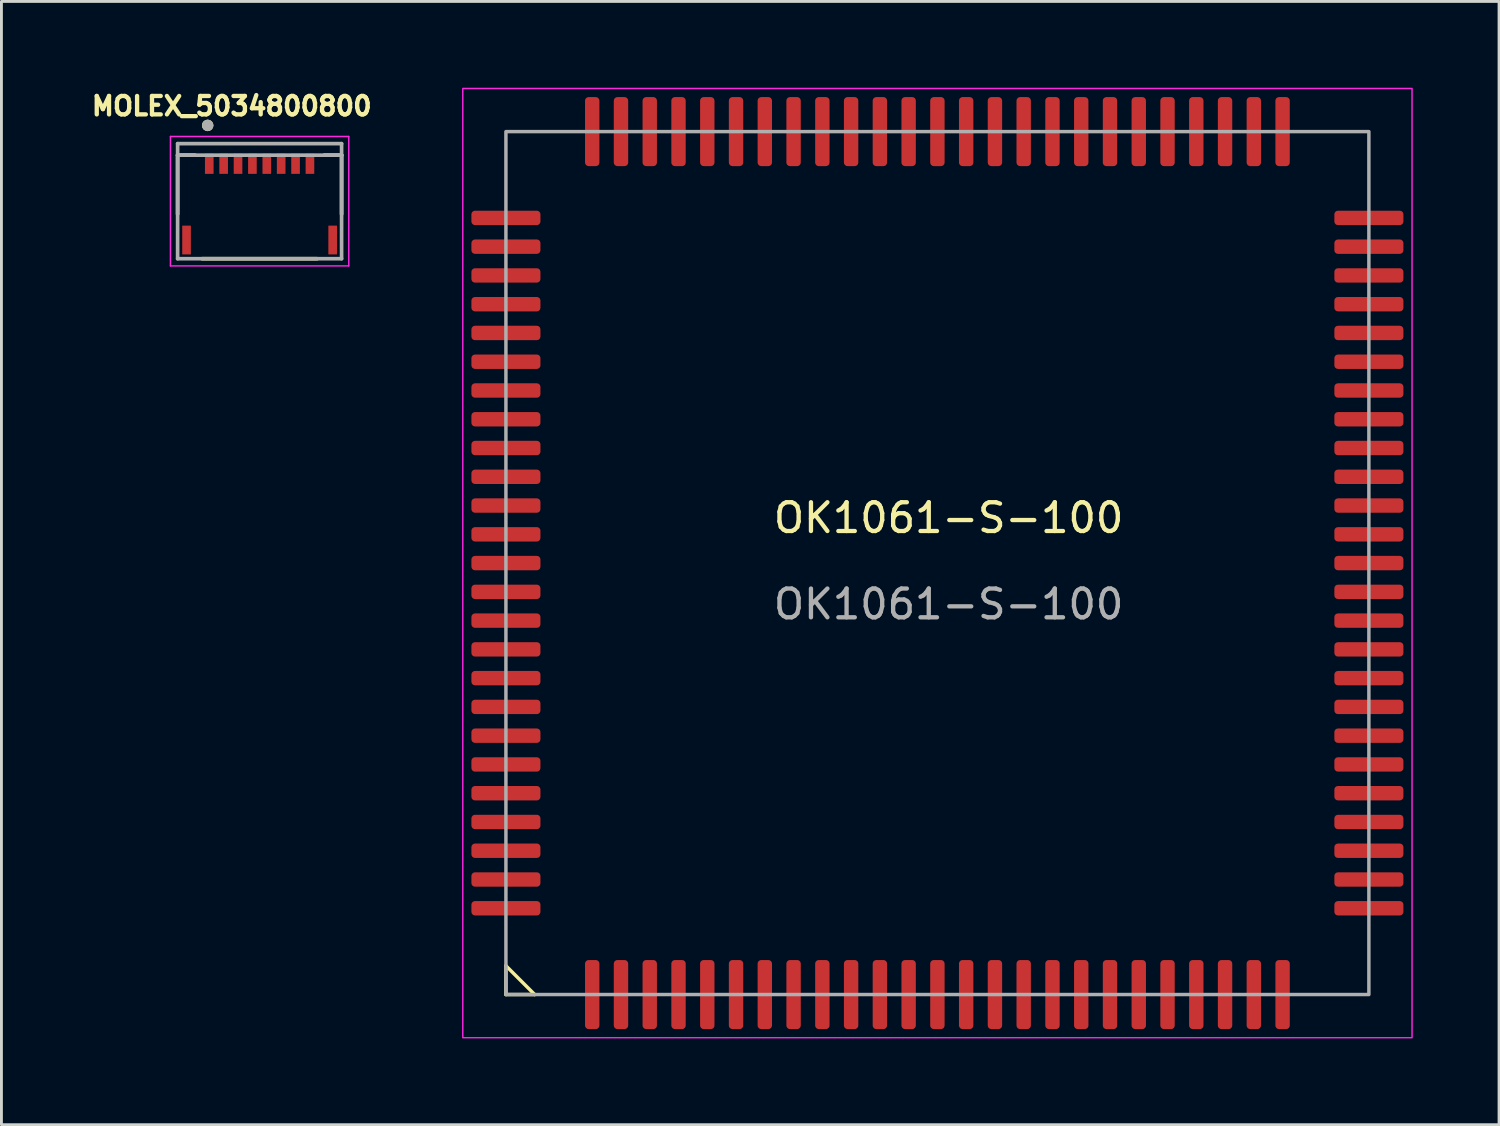
<source format=kicad_pcb>
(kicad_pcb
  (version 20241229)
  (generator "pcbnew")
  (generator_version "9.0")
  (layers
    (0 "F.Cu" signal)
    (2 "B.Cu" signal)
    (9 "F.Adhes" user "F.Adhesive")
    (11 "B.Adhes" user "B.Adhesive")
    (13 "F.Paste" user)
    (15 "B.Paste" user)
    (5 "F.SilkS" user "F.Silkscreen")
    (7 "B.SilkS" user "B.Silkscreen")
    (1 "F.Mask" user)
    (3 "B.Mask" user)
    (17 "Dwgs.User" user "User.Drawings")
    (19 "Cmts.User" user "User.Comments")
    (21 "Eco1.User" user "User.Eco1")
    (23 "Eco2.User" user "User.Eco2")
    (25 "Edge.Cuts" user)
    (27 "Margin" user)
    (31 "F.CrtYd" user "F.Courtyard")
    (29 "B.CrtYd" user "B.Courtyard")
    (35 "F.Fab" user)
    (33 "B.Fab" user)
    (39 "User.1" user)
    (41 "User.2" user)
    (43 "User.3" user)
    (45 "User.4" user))
  (footprint "MOLEX_5034800800"
    (layer "F.Cu")
    (at 5.975 2.644)
    (property "Reference" "MOLEX_5034800800" (at -0.968 -2.006 0) (layer "F.SilkS") (effects (font (size 0.64 0.64) (thickness 0.15))))
    (attr smd)
    (fp_line (start -2.85 -0.3) (end -2.85 1.75) (stroke (width 0.127) (type solid)) (layer "F.SilkS"))
    (fp_line (start -2.25 -0.3) (end -2.85 -0.3) (stroke (width 0.127) (type solid)) (layer "F.SilkS"))
    (fp_line (start -2 3.3) (end 2 3.3) (stroke (width 0.127) (type solid)) (layer "F.SilkS"))
    (fp_line (start 2.25 -0.3) (end 2.85 -0.3) (stroke (width 0.127) (type solid)) (layer "F.SilkS"))
    (fp_line (start 2.85 -0.3) (end 2.85 1.75) (stroke (width 0.127) (type solid)) (layer "F.SilkS"))
    (fp_circle (center -1.805 -1.335) (end -1.705 -1.335) (stroke (width 0.2) (type solid)) (fill no) (layer "F.SilkS"))
    (fp_line (start -3.1 -0.95) (end 3.1 -0.95) (stroke (width 0.05) (type solid)) (layer "F.CrtYd"))
    (fp_line (start -3.1 3.55) (end -3.1 -0.95) (stroke (width 0.05) (type solid)) (layer "F.CrtYd"))
    (fp_line (start 3.1 -0.95) (end 3.1 3.55) (stroke (width 0.05) (type solid)) (layer "F.CrtYd"))
    (fp_line (start 3.1 3.55) (end -3.1 3.55) (stroke (width 0.05) (type solid)) (layer "F.CrtYd"))
    (fp_line (start -2.85 -0.7) (end 2.85 -0.7) (stroke (width 0.127) (type solid)) (layer "F.Fab"))
    (fp_line (start -2.85 -0.3) (end -2.85 -0.7) (stroke (width 0.127) (type solid)) (layer "F.Fab"))
    (fp_line (start -2.85 -0.3) (end 2.85 -0.3) (stroke (width 0.127) (type solid)) (layer "F.Fab"))
    (fp_line (start -2.85 3.3) (end -2.85 -0.3) (stroke (width 0.127) (type solid)) (layer "F.Fab"))
    (fp_line (start 2.85 -0.7) (end 2.85 -0.3) (stroke (width 0.127) (type solid)) (layer "F.Fab"))
    (fp_line (start 2.85 -0.3) (end 2.85 3.3) (stroke (width 0.127) (type solid)) (layer "F.Fab"))
    (fp_line (start 2.85 3.3) (end -2.85 3.3) (stroke (width 0.127) (type solid)) (layer "F.Fab"))
    (fp_circle (center -1.805 -1.335) (end -1.705 -1.335) (stroke (width 0.2) (type solid)) (fill no) (layer "F.Fab"))
    (pad "1" smd rect (at -1.75 0) (size 0.3 0.7) (layers "F.Cu" "F.Mask" "F.Paste"))
    (pad "2" smd rect (at -1.25 0) (size 0.3 0.7) (layers "F.Cu" "F.Mask" "F.Paste"))
    (pad "3" smd rect (at -0.75 0) (size 0.3 0.7) (layers "F.Cu" "F.Mask" "F.Paste"))
    (pad "4" smd rect (at -0.25 0) (size 0.3 0.7) (layers "F.Cu" "F.Mask" "F.Paste"))
    (pad "5" smd rect (at 0.25 0) (size 0.3 0.7) (layers "F.Cu" "F.Mask" "F.Paste"))
    (pad "6" smd rect (at 0.75 0) (size 0.3 0.7) (layers "F.Cu" "F.Mask" "F.Paste"))
    (pad "7" smd rect (at 1.25 0) (size 0.3 0.7) (layers "F.Cu" "F.Mask" "F.Paste"))
    (pad "8" smd rect (at 1.75 0) (size 0.3 0.7) (layers "F.Cu" "F.Mask" "F.Paste"))
    (pad "S1" smd rect (at -2.54 2.65) (size 0.3 1) (layers "F.Cu" "F.Mask" "F.Paste"))
    (pad "S2" smd rect (at 2.54 2.65) (size 0.3 1) (layers "F.Cu" "F.Mask" "F.Paste")))
  (footprint "OK1061-S-100"
    (layer "F.Cu")
    (at 29.538 16.525)
    (property "Reference" "OK1061-S-100" (at 0.39 -1.57 0) (unlocked yes) (layer "F.SilkS") (effects (font (size 1 1) (thickness 0.15))))
    (attr smd)
    (fp_line (start -15 14) (end -14 15) (stroke (width 0.12) (type solid)) (layer "F.SilkS"))
    (fp_line (start -15 15) (end -15 14) (stroke (width 0.12) (type solid)) (layer "F.SilkS"))
    (fp_line (start -14 15) (end -15 15) (stroke (width 0.12) (type solid)) (layer "F.SilkS"))
    (fp_rect (start -16.5 -16.5) (end 16.5 16.5) (stroke (width 0.05) (type solid)) (fill no) (layer "F.CrtYd"))
    (fp_rect (start -15 -15) (end 15 15) (stroke (width 0.12) (type solid)) (fill no) (layer "F.Fab"))
    (fp_text user "${REFERENCE}" (at 0.39 1.43 0) (unlocked yes) (layer "F.Fab") (effects (font (size 1 1) (thickness 0.15))))
    (pad "1" smd roundrect (at -12 15) (size 0.5 2.4) (layers "F.Cu" "F.Mask" "F.Paste") (roundrect_rratio 0.25))
    (pad "2" smd roundrect (at -11 15) (size 0.5 2.4) (layers "F.Cu" "F.Mask" "F.Paste") (roundrect_rratio 0.25))
    (pad "3" smd roundrect (at -10 15) (size 0.5 2.4) (layers "F.Cu" "F.Mask" "F.Paste") (roundrect_rratio 0.25))
    (pad "4" smd roundrect (at -9 15) (size 0.5 2.4) (layers "F.Cu" "F.Mask" "F.Paste") (roundrect_rratio 0.25))
    (pad "5" smd roundrect (at -8 15) (size 0.5 2.4) (layers "F.Cu" "F.Mask" "F.Paste") (roundrect_rratio 0.25))
    (pad "6" smd roundrect (at -7 15) (size 0.5 2.4) (layers "F.Cu" "F.Mask" "F.Paste") (roundrect_rratio 0.25))
    (pad "7" smd roundrect (at -6 15) (size 0.5 2.4) (layers "F.Cu" "F.Mask" "F.Paste") (roundrect_rratio 0.25))
    (pad "8" smd roundrect (at -5 15) (size 0.5 2.4) (layers "F.Cu" "F.Mask" "F.Paste") (roundrect_rratio 0.25))
    (pad "9" smd roundrect (at -4 15) (size 0.5 2.4) (layers "F.Cu" "F.Mask" "F.Paste") (roundrect_rratio 0.25))
    (pad "10" smd roundrect (at -3 15) (size 0.5 2.4) (layers "F.Cu" "F.Mask" "F.Paste") (roundrect_rratio 0.25))
    (pad "11" smd roundrect (at -2 15) (size 0.5 2.4) (layers "F.Cu" "F.Mask" "F.Paste") (roundrect_rratio 0.25))
    (pad "12" smd roundrect (at -1 15) (size 0.5 2.4) (layers "F.Cu" "F.Mask" "F.Paste") (roundrect_rratio 0.25))
    (pad "13" smd roundrect (at 0 15) (size 0.5 2.4) (layers "F.Cu" "F.Mask" "F.Paste") (roundrect_rratio 0.25))
    (pad "14" smd roundrect (at 1 15) (size 0.5 2.4) (layers "F.Cu" "F.Mask" "F.Paste") (roundrect_rratio 0.25))
    (pad "15" smd roundrect (at 2 15) (size 0.5 2.4) (layers "F.Cu" "F.Mask" "F.Paste") (roundrect_rratio 0.25))
    (pad "16" smd roundrect (at 3 15) (size 0.5 2.4) (layers "F.Cu" "F.Mask" "F.Paste") (roundrect_rratio 0.25))
    (pad "17" smd roundrect (at 4 15) (size 0.5 2.4) (layers "F.Cu" "F.Mask" "F.Paste") (roundrect_rratio 0.25))
    (pad "18" smd roundrect (at 5 15) (size 0.5 2.4) (layers "F.Cu" "F.Mask" "F.Paste") (roundrect_rratio 0.25))
    (pad "19" smd roundrect (at 6 15) (size 0.5 2.4) (layers "F.Cu" "F.Mask" "F.Paste") (roundrect_rratio 0.25))
    (pad "20" smd roundrect (at 7 15) (size 0.5 2.4) (layers "F.Cu" "F.Mask" "F.Paste") (roundrect_rratio 0.25))
    (pad "21" smd roundrect (at 8 15) (size 0.5 2.4) (layers "F.Cu" "F.Mask" "F.Paste") (roundrect_rratio 0.25))
    (pad "22" smd roundrect (at 9 15) (size 0.5 2.4) (layers "F.Cu" "F.Mask" "F.Paste") (roundrect_rratio 0.25))
    (pad "23" smd roundrect (at 10 15) (size 0.5 2.4) (layers "F.Cu" "F.Mask" "F.Paste") (roundrect_rratio 0.25))
    (pad "24" smd roundrect (at 11 15) (size 0.5 2.4) (layers "F.Cu" "F.Mask" "F.Paste") (roundrect_rratio 0.25))
    (pad "25" smd roundrect (at 12 15) (size 0.5 2.4) (layers "F.Cu" "F.Mask" "F.Paste") (roundrect_rratio 0.25))
    (pad "26" smd roundrect (at 15 12 90) (size 0.5 2.4) (layers "F.Cu" "F.Mask" "F.Paste") (roundrect_rratio 0.25))
    (pad "27" smd roundrect (at 15 11 90) (size 0.5 2.4) (layers "F.Cu" "F.Mask" "F.Paste") (roundrect_rratio 0.25))
    (pad "28" smd roundrect (at 15 10 90) (size 0.5 2.4) (layers "F.Cu" "F.Mask" "F.Paste") (roundrect_rratio 0.25))
    (pad "29" smd roundrect (at 15 9 90) (size 0.5 2.4) (layers "F.Cu" "F.Mask" "F.Paste") (roundrect_rratio 0.25))
    (pad "30" smd roundrect (at 15 8 90) (size 0.5 2.4) (layers "F.Cu" "F.Mask" "F.Paste") (roundrect_rratio 0.25))
    (pad "31" smd roundrect (at 15 7 90) (size 0.5 2.4) (layers "F.Cu" "F.Mask" "F.Paste") (roundrect_rratio 0.25))
    (pad "32" smd roundrect (at 15 6 90) (size 0.5 2.4) (layers "F.Cu" "F.Mask" "F.Paste") (roundrect_rratio 0.25))
    (pad "33" smd roundrect (at 15 5 90) (size 0.5 2.4) (layers "F.Cu" "F.Mask" "F.Paste") (roundrect_rratio 0.25))
    (pad "34" smd roundrect (at 15 4 90) (size 0.5 2.4) (layers "F.Cu" "F.Mask" "F.Paste") (roundrect_rratio 0.25))
    (pad "35" smd roundrect (at 15 3 90) (size 0.5 2.4) (layers "F.Cu" "F.Mask" "F.Paste") (roundrect_rratio 0.25))
    (pad "36" smd roundrect (at 15 2 90) (size 0.5 2.4) (layers "F.Cu" "F.Mask" "F.Paste") (roundrect_rratio 0.25))
    (pad "37" smd roundrect (at 15 1 90) (size 0.5 2.4) (layers "F.Cu" "F.Mask" "F.Paste") (roundrect_rratio 0.25))
    (pad "38" smd roundrect (at 15 0 90) (size 0.5 2.4) (layers "F.Cu" "F.Mask" "F.Paste") (roundrect_rratio 0.25))
    (pad "39" smd roundrect (at 15 -1 90) (size 0.5 2.4) (layers "F.Cu" "F.Mask" "F.Paste") (roundrect_rratio 0.25))
    (pad "40" smd roundrect (at 15 -2 90) (size 0.5 2.4) (layers "F.Cu" "F.Mask" "F.Paste") (roundrect_rratio 0.25))
    (pad "41" smd roundrect (at 15 -3 90) (size 0.5 2.4) (layers "F.Cu" "F.Mask" "F.Paste") (roundrect_rratio 0.25))
    (pad "42" smd roundrect (at 15 -4 90) (size 0.5 2.4) (layers "F.Cu" "F.Mask" "F.Paste") (roundrect_rratio 0.25))
    (pad "43" smd roundrect (at 15 -5 90) (size 0.5 2.4) (layers "F.Cu" "F.Mask" "F.Paste") (roundrect_rratio 0.25))
    (pad "44" smd roundrect (at 15 -6 90) (size 0.5 2.4) (layers "F.Cu" "F.Mask" "F.Paste") (roundrect_rratio 0.25))
    (pad "45" smd roundrect (at 15 -7 90) (size 0.5 2.4) (layers "F.Cu" "F.Mask" "F.Paste") (roundrect_rratio 0.25))
    (pad "46" smd roundrect (at 15 -8 90) (size 0.5 2.4) (layers "F.Cu" "F.Mask" "F.Paste") (roundrect_rratio 0.25))
    (pad "47" smd roundrect (at 15 -9 90) (size 0.5 2.4) (layers "F.Cu" "F.Mask" "F.Paste") (roundrect_rratio 0.25))
    (pad "48" smd roundrect (at 15 -10 90) (size 0.5 2.4) (layers "F.Cu" "F.Mask" "F.Paste") (roundrect_rratio 0.25))
    (pad "49" smd roundrect (at 15 -11 90) (size 0.5 2.4) (layers "F.Cu" "F.Mask" "F.Paste") (roundrect_rratio 0.25))
    (pad "50" smd roundrect (at 15 -12 90) (size 0.5 2.4) (layers "F.Cu" "F.Mask" "F.Paste") (roundrect_rratio 0.25))
    (pad "51" smd roundrect (at 12 -15) (size 0.5 2.4) (layers "F.Cu" "F.Mask" "F.Paste") (roundrect_rratio 0.25))
    (pad "52" smd roundrect (at 11 -15) (size 0.5 2.4) (layers "F.Cu" "F.Mask" "F.Paste") (roundrect_rratio 0.25))
    (pad "53" smd roundrect (at 10 -15) (size 0.5 2.4) (layers "F.Cu" "F.Mask" "F.Paste") (roundrect_rratio 0.25))
    (pad "54" smd roundrect (at 9 -15) (size 0.5 2.4) (layers "F.Cu" "F.Mask" "F.Paste") (roundrect_rratio 0.25))
    (pad "55" smd roundrect (at 8 -15) (size 0.5 2.4) (layers "F.Cu" "F.Mask" "F.Paste") (roundrect_rratio 0.25))
    (pad "56" smd roundrect (at 7 -15) (size 0.5 2.4) (layers "F.Cu" "F.Mask" "F.Paste") (roundrect_rratio 0.25))
    (pad "57" smd roundrect (at 6 -15) (size 0.5 2.4) (layers "F.Cu" "F.Mask" "F.Paste") (roundrect_rratio 0.25))
    (pad "58" smd roundrect (at 5 -15) (size 0.5 2.4) (layers "F.Cu" "F.Mask" "F.Paste") (roundrect_rratio 0.25))
    (pad "59" smd roundrect (at 4 -15) (size 0.5 2.4) (layers "F.Cu" "F.Mask" "F.Paste") (roundrect_rratio 0.25))
    (pad "60" smd roundrect (at 3 -15) (size 0.5 2.4) (layers "F.Cu" "F.Mask" "F.Paste") (roundrect_rratio 0.25))
    (pad "61" smd roundrect (at 2 -15) (size 0.5 2.4) (layers "F.Cu" "F.Mask" "F.Paste") (roundrect_rratio 0.25))
    (pad "62" smd roundrect (at 1 -15) (size 0.5 2.4) (layers "F.Cu" "F.Mask" "F.Paste") (roundrect_rratio 0.25))
    (pad "63" smd roundrect (at 0 -15) (size 0.5 2.4) (layers "F.Cu" "F.Mask" "F.Paste") (roundrect_rratio 0.25))
    (pad "64" smd roundrect (at -1 -15) (size 0.5 2.4) (layers "F.Cu" "F.Mask" "F.Paste") (roundrect_rratio 0.25))
    (pad "65" smd roundrect (at -2 -15) (size 0.5 2.4) (layers "F.Cu" "F.Mask" "F.Paste") (roundrect_rratio 0.25))
    (pad "66" smd roundrect (at -3 -15) (size 0.5 2.4) (layers "F.Cu" "F.Mask" "F.Paste") (roundrect_rratio 0.25))
    (pad "67" smd roundrect (at -4 -15) (size 0.5 2.4) (layers "F.Cu" "F.Mask" "F.Paste") (roundrect_rratio 0.25))
    (pad "68" smd roundrect (at -5 -15) (size 0.5 2.4) (layers "F.Cu" "F.Mask" "F.Paste") (roundrect_rratio 0.25))
    (pad "69" smd roundrect (at -6 -15) (size 0.5 2.4) (layers "F.Cu" "F.Mask" "F.Paste") (roundrect_rratio 0.25))
    (pad "70" smd roundrect (at -7 -15) (size 0.5 2.4) (layers "F.Cu" "F.Mask" "F.Paste") (roundrect_rratio 0.25))
    (pad "71" smd roundrect (at -8 -15) (size 0.5 2.4) (layers "F.Cu" "F.Mask" "F.Paste") (roundrect_rratio 0.25))
    (pad "72" smd roundrect (at -9 -15) (size 0.5 2.4) (layers "F.Cu" "F.Mask" "F.Paste") (roundrect_rratio 0.25))
    (pad "73" smd roundrect (at -10 -15) (size 0.5 2.4) (layers "F.Cu" "F.Mask" "F.Paste") (roundrect_rratio 0.25))
    (pad "74" smd roundrect (at -11 -15) (size 0.5 2.4) (layers "F.Cu" "F.Mask" "F.Paste") (roundrect_rratio 0.25))
    (pad "75" smd roundrect (at -12 -15) (size 0.5 2.4) (layers "F.Cu" "F.Mask" "F.Paste") (roundrect_rratio 0.25))
    (pad "76" smd roundrect (at -15 -12 90) (size 0.5 2.4) (layers "F.Cu" "F.Mask" "F.Paste") (roundrect_rratio 0.25))
    (pad "77" smd roundrect (at -15 -11 90) (size 0.5 2.4) (layers "F.Cu" "F.Mask" "F.Paste") (roundrect_rratio 0.25))
    (pad "78" smd roundrect (at -15 -10 90) (size 0.5 2.4) (layers "F.Cu" "F.Mask" "F.Paste") (roundrect_rratio 0.25))
    (pad "79" smd roundrect (at -15 -9 90) (size 0.5 2.4) (layers "F.Cu" "F.Mask" "F.Paste") (roundrect_rratio 0.25))
    (pad "80" smd roundrect (at -15 -8 90) (size 0.5 2.4) (layers "F.Cu" "F.Mask" "F.Paste") (roundrect_rratio 0.25))
    (pad "81" smd roundrect (at -15 -7 90) (size 0.5 2.4) (layers "F.Cu" "F.Mask" "F.Paste") (roundrect_rratio 0.25))
    (pad "82" smd roundrect (at -15 -6 90) (size 0.5 2.4) (layers "F.Cu" "F.Mask" "F.Paste") (roundrect_rratio 0.25))
    (pad "83" smd roundrect (at -15 -5 90) (size 0.5 2.4) (layers "F.Cu" "F.Mask" "F.Paste") (roundrect_rratio 0.25))
    (pad "84" smd roundrect (at -15 -4 90) (size 0.5 2.4) (layers "F.Cu" "F.Mask" "F.Paste") (roundrect_rratio 0.25))
    (pad "85" smd roundrect (at -15 -3 90) (size 0.5 2.4) (layers "F.Cu" "F.Mask" "F.Paste") (roundrect_rratio 0.25))
    (pad "86" smd roundrect (at -15 -2 90) (size 0.5 2.4) (layers "F.Cu" "F.Mask" "F.Paste") (roundrect_rratio 0.25))
    (pad "87" smd roundrect (at -15 -1 90) (size 0.5 2.4) (layers "F.Cu" "F.Mask" "F.Paste") (roundrect_rratio 0.25))
    (pad "88" smd roundrect (at -15 0 90) (size 0.5 2.4) (layers "F.Cu" "F.Mask" "F.Paste") (roundrect_rratio 0.25))
    (pad "89" smd roundrect (at -15 1 90) (size 0.5 2.4) (layers "F.Cu" "F.Mask" "F.Paste") (roundrect_rratio 0.25))
    (pad "90" smd roundrect (at -15 2 90) (size 0.5 2.4) (layers "F.Cu" "F.Mask" "F.Paste") (roundrect_rratio 0.25))
    (pad "91" smd roundrect (at -15 3 90) (size 0.5 2.4) (layers "F.Cu" "F.Mask" "F.Paste") (roundrect_rratio 0.25))
    (pad "92" smd roundrect (at -15 4 90) (size 0.5 2.4) (layers "F.Cu" "F.Mask" "F.Paste") (roundrect_rratio 0.25))
    (pad "93" smd roundrect (at -15 5 90) (size 0.5 2.4) (layers "F.Cu" "F.Mask" "F.Paste") (roundrect_rratio 0.25))
    (pad "94" smd roundrect (at -15 6 90) (size 0.5 2.4) (layers "F.Cu" "F.Mask" "F.Paste") (roundrect_rratio 0.25))
    (pad "95" smd roundrect (at -15 7 90) (size 0.5 2.4) (layers "F.Cu" "F.Mask" "F.Paste") (roundrect_rratio 0.25))
    (pad "96" smd roundrect (at -15 8 90) (size 0.5 2.4) (layers "F.Cu" "F.Mask" "F.Paste") (roundrect_rratio 0.25))
    (pad "97" smd roundrect (at -15 9 90) (size 0.5 2.4) (layers "F.Cu" "F.Mask" "F.Paste") (roundrect_rratio 0.25))
    (pad "98" smd roundrect (at -15 10 90) (size 0.5 2.4) (layers "F.Cu" "F.Mask" "F.Paste") (roundrect_rratio 0.25))
    (pad "99" smd roundrect (at -15 11 90) (size 0.5 2.4) (layers "F.Cu" "F.Mask" "F.Paste") (roundrect_rratio 0.25))
    (pad "100" smd roundrect (at -15 12 90) (size 0.5 2.4) (layers "F.Cu" "F.Mask" "F.Paste") (roundrect_rratio 0.25)))
  (gr_rect
    (start -3 -3)
    (end 49.063 36.05)
    (stroke (width 0.1) (type default))
    (fill no)
    (layer "Edge.Cuts")))
</source>
